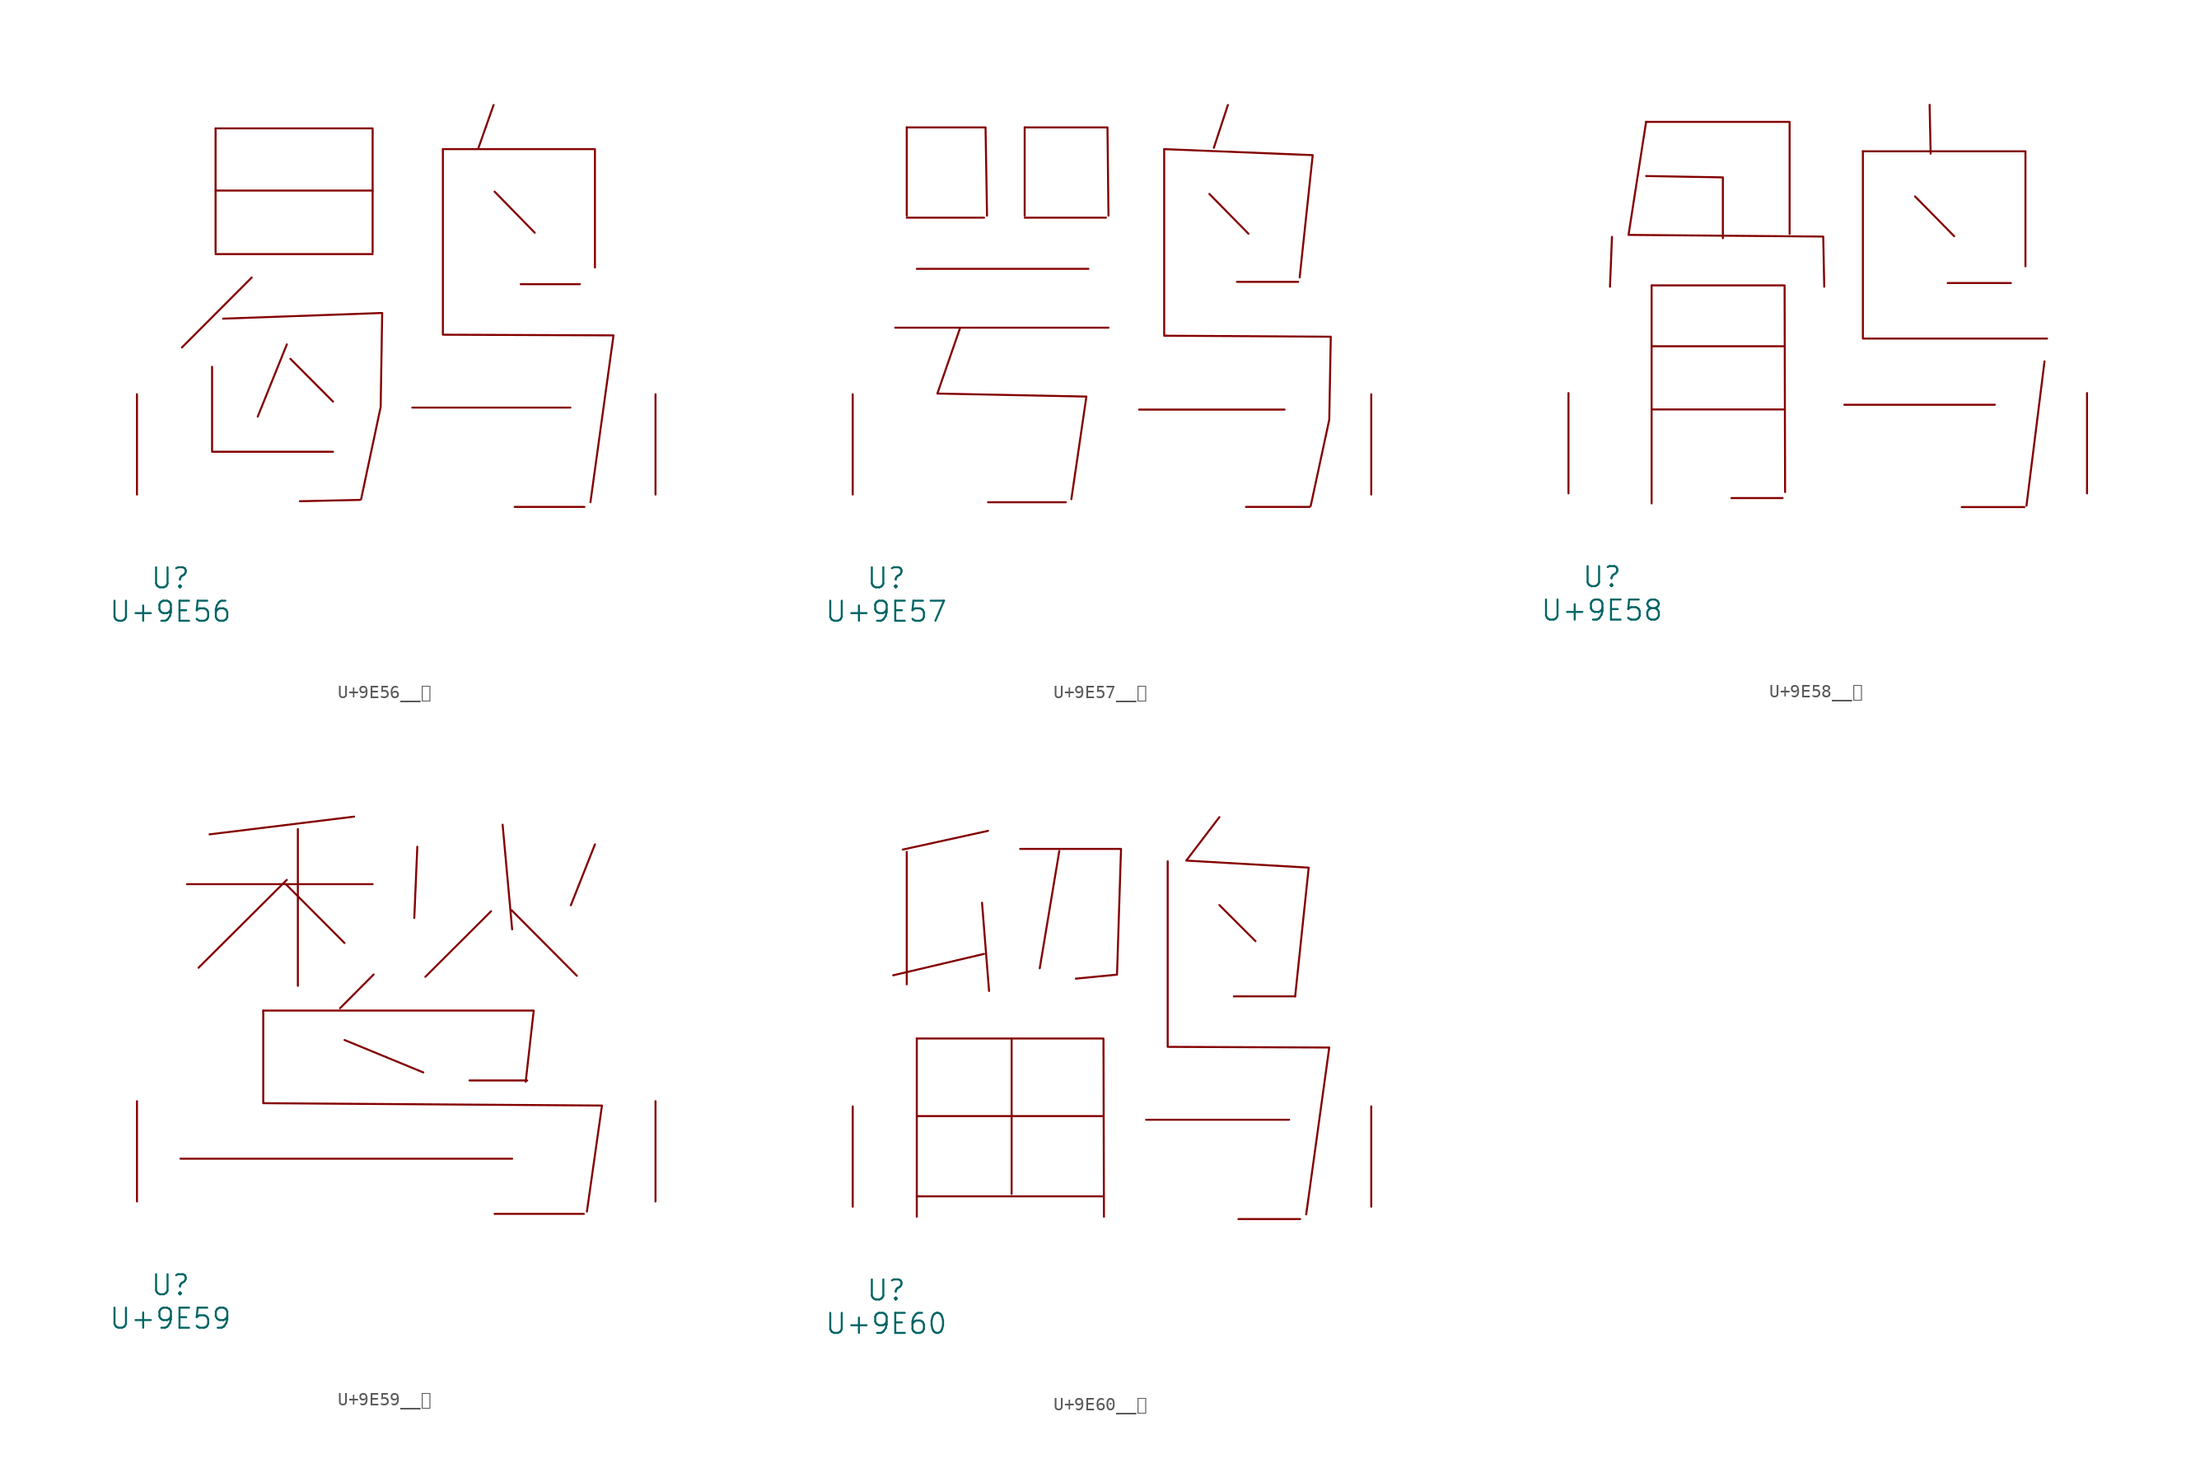
<source format=kicad_sym>
(kicad_symbol_lib
  (version 20231120)
  (generator "kicad_symbol_editor")
  (generator_version "8.0")
  (symbol "U+9E56__鹖"
    (pin_names
      (offset 1.016))
    (property "Reference" "U"
      (at 0 -6.35 0)
      (effects (font (size 1.524 1.524))))
    (property "Value" "U+9E56"
      (at 0 -8.89 0)
      (effects (font (size 1.524 1.524))))
    (symbol "U+9E56__鹖_0_1"
      (polyline (pts (xy 3.162 3.251) (xy 12.344 3.251)) (stroke (width 0) (type solid)) (fill (type none)))
      (polyline (pts (xy 3.162 9.703) (xy 3.162 3.353)) (stroke (width 0) (type solid)) (fill (type none)))
      (polyline (pts (xy 3.429 18.263) (xy 15.354 18.263)) (stroke (width 0) (type solid)) (fill (type none)))
      (polyline (pts (xy 3.429 23.089) (xy 15.354 23.089)) (stroke (width 0) (type solid)) (fill (type none)))
      (polyline (pts (xy 3.429 27.813) (xy 3.429 18.39)) (stroke (width 0) (type solid)) (fill (type none)))
      (polyline (pts (xy 6.172 16.485) (xy 0.876 11.176)) (stroke (width 0) (type solid)) (fill (type none)))
      (polyline (pts (xy 8.839 11.405) (xy 6.629 5.918)) (stroke (width 0) (type solid)) (fill (type none)))
      (polyline (pts (xy 9.106 10.312) (xy 12.344 7.061)) (stroke (width 0) (type solid)) (fill (type none)))
      (polyline (pts (xy 14.402 -0.406) (xy 9.83 -0.508)) (stroke (width 0) (type solid)) (fill (type none)))
      (polyline (pts (xy 18.364 6.604) (xy 30.366 6.604)) (stroke (width 0) (type solid)) (fill (type none)))
      (polyline (pts (xy 24.536 29.591) (xy 23.393 26.34)) (stroke (width 0) (type solid)) (fill (type none)))
      (polyline (pts (xy 24.613 23.012) (xy 27.661 19.888)) (stroke (width 0) (type solid)) (fill (type none)))
      (polyline (pts (xy 26.137 -0.94) (xy 31.433 -0.94)) (stroke (width 0) (type solid)) (fill (type none)))
      (polyline (pts (xy 26.594 15.977) (xy 31.09 15.977)) (stroke (width 0) (type solid)) (fill (type none)))
      (polyline (pts (xy 3.429 27.813) (xy 15.354 27.813) (xy 15.354 18.39)) (stroke (width 0) (type solid)) (fill (type none)))
      (polyline (pts (xy 20.688 26.238) (xy 32.233 26.238) (xy 32.233 17.247)) (stroke (width 0) (type solid)) (fill (type none)))
      (polyline (pts (xy 4 13.36) (xy 16.078 13.792) (xy 15.964 6.655) (xy 14.478 -0.356)) (stroke (width 0) (type solid)) (fill (type none)))
      (polyline (pts (xy 20.688 26.238) (xy 20.688 12.141) (xy 33.642 12.09) (xy 31.89 -0.584)) (stroke (width 0) (type solid)) (fill (type none)))
      (pin input line (at -2.54 0 90) (length 7.62) (name "~" (effects (font (size 1.27 1.27)))) (number "~" (effects (font (size 1.27 1.27)))))
      (pin input line (at 36.83 0 90) (length 7.62) (name "~" (effects (font (size 1.27 1.27)))) (number "~" (effects (font (size 1.27 1.27)))))))
  (symbol "U+9E57__鹗"
    (pin_names
      (offset 1.016))
    (property "Reference" "U"
      (at 0 -6.35 0)
      (effects (font (size 1.524 1.524))))
    (property "Value" "U+9E57"
      (at 0 -8.89 0)
      (effects (font (size 1.524 1.524))))
    (symbol "U+9E57__鹗_0_1"
      (polyline (pts (xy 0.686 12.675) (xy 16.878 12.675)) (stroke (width 0) (type solid)) (fill (type none)))
      (polyline (pts (xy 1.562 21.031) (xy 7.429 21.031)) (stroke (width 0) (type solid)) (fill (type none)))
      (polyline (pts (xy 1.562 27.889) (xy 1.562 21.184)) (stroke (width 0) (type solid)) (fill (type none)))
      (polyline (pts (xy 2.324 17.145) (xy 15.354 17.145)) (stroke (width 0) (type solid)) (fill (type none)))
      (polyline (pts (xy 7.734 -0.584) (xy 13.64 -0.584)) (stroke (width 0) (type solid)) (fill (type none)))
      (polyline (pts (xy 10.516 21.031) (xy 16.688 21.031)) (stroke (width 0) (type solid)) (fill (type none)))
      (polyline (pts (xy 10.516 27.889) (xy 10.516 21.184)) (stroke (width 0) (type solid)) (fill (type none)))
      (polyline (pts (xy 19.202 6.452) (xy 30.251 6.452)) (stroke (width 0) (type solid)) (fill (type none)))
      (polyline (pts (xy 24.536 22.835) (xy 27.508 19.812)) (stroke (width 0) (type solid)) (fill (type none)))
      (polyline (pts (xy 25.946 29.591) (xy 24.879 26.34)) (stroke (width 0) (type solid)) (fill (type none)))
      (polyline (pts (xy 26.632 16.154) (xy 31.28 16.154)) (stroke (width 0) (type solid)) (fill (type none)))
      (polyline (pts (xy 27.318 -0.94) (xy 32.156 -0.94)) (stroke (width 0) (type solid)) (fill (type none)))
      (polyline (pts (xy 1.562 27.889) (xy 7.544 27.889) (xy 7.658 21.184)) (stroke (width 0) (type solid)) (fill (type none)))
      (polyline (pts (xy 10.516 27.889) (xy 16.802 27.889) (xy 16.878 21.184)) (stroke (width 0) (type solid)) (fill (type none)))
      (polyline (pts (xy 21.107 26.238) (xy 32.385 25.781) (xy 31.394 16.485)) (stroke (width 0) (type solid)) (fill (type none)))
      (polyline (pts (xy 5.601 12.624) (xy 3.886 7.671) (xy 15.202 7.442) (xy 14.059 -0.356)) (stroke (width 0) (type solid)) (fill (type none)))
      (polyline (pts (xy 21.107 26.238) (xy 21.107 12.065) (xy 33.757 11.989) (xy 33.642 5.69) (xy 32.233 -0.864)) (stroke (width 0) (type solid)) (fill (type none)))
      (pin input line (at -2.54 0 90) (length 7.62) (name "~" (effects (font (size 1.27 1.27)))) (number "~" (effects (font (size 1.27 1.27)))))
      (pin input line (at 36.83 0 90) (length 7.62) (name "~" (effects (font (size 1.27 1.27)))) (number "~" (effects (font (size 1.27 1.27)))))))
  (symbol "U+9E58__鹘"
    (pin_names
      (offset 1.016))
    (property "Reference" "U"
      (at 0 -6.35 0)
      (effects (font (size 1.524 1.524))))
    (property "Value" "U+9E58"
      (at 0 -8.89 0)
      (effects (font (size 1.524 1.524))))
    (symbol "U+9E58__鹘_0_1"
      (polyline (pts (xy 0.762 19.482) (xy 0.61 15.697)) (stroke (width 0) (type solid)) (fill (type none)))
      (polyline (pts (xy 3.772 6.375) (xy 13.83 6.375)) (stroke (width 0) (type solid)) (fill (type none)))
      (polyline (pts (xy 3.772 11.176) (xy 13.83 11.176)) (stroke (width 0) (type solid)) (fill (type none)))
      (polyline (pts (xy 3.772 15.799) (xy 3.772 -0.762)) (stroke (width 0) (type solid)) (fill (type none)))
      (polyline (pts (xy 9.83 -0.356) (xy 13.716 -0.356)) (stroke (width 0) (type solid)) (fill (type none)))
      (polyline (pts (xy 18.402 6.731) (xy 29.832 6.731)) (stroke (width 0) (type solid)) (fill (type none)))
      (polyline (pts (xy 19.812 11.76) (xy 33.795 11.76)) (stroke (width 0) (type solid)) (fill (type none)))
      (polyline (pts (xy 19.812 25.984) (xy 19.812 11.836)) (stroke (width 0) (type solid)) (fill (type none)))
      (polyline (pts (xy 23.774 22.555) (xy 26.746 19.533)) (stroke (width 0) (type solid)) (fill (type none)))
      (polyline (pts (xy 24.879 29.515) (xy 24.956 25.806)) (stroke (width 0) (type solid)) (fill (type none)))
      (polyline (pts (xy 26.251 15.977) (xy 31.052 15.977)) (stroke (width 0) (type solid)) (fill (type none)))
      (polyline (pts (xy 27.318 -1.041) (xy 32.08 -1.041)) (stroke (width 0) (type solid)) (fill (type none)))
      (polyline (pts (xy 33.604 10.033) (xy 32.233 -0.94)) (stroke (width 0) (type solid)) (fill (type none)))
      (polyline (pts (xy 3.353 24.105) (xy 9.182 24.003) (xy 9.182 19.38)) (stroke (width 0) (type solid)) (fill (type none)))
      (polyline (pts (xy 3.353 28.219) (xy 14.249 28.219) (xy 14.249 19.71)) (stroke (width 0) (type solid)) (fill (type none)))
      (polyline (pts (xy 3.772 15.799) (xy 13.868 15.799) (xy 13.906 0.102)) (stroke (width 0) (type solid)) (fill (type none)))
      (polyline (pts (xy 19.812 25.984) (xy 32.156 25.984) (xy 32.156 17.247)) (stroke (width 0) (type solid)) (fill (type none)))
      (polyline (pts (xy 3.353 28.219) (xy 2.019 19.634) (xy 16.802 19.507) (xy 16.878 15.697)) (stroke (width 0) (type solid)) (fill (type none)))
      (pin input line (at -2.54 0 90) (length 7.62) (name "~" (effects (font (size 1.27 1.27)))) (number "~" (effects (font (size 1.27 1.27)))))
      (pin input line (at 36.83 0 90) (length 7.62) (name "~" (effects (font (size 1.27 1.27)))) (number "~" (effects (font (size 1.27 1.27)))))))
  (symbol "U+9E59__鹙"
    (pin_names
      (offset 1.016))
    (property "Reference" "U"
      (at 0 -6.35 0)
      (effects (font (size 1.524 1.524))))
    (property "Value" "U+9E59"
      (at 0 -8.89 0)
      (effects (font (size 1.524 1.524))))
    (symbol "U+9E59__鹙_0_1"
      (polyline (pts (xy 0.762 3.251) (xy 25.946 3.251)) (stroke (width 0) (type solid)) (fill (type none)))
      (polyline (pts (xy 1.257 24.105) (xy 15.354 24.105)) (stroke (width 0) (type solid)) (fill (type none)))
      (polyline (pts (xy 8.763 24.105) (xy 13.221 19.634)) (stroke (width 0) (type solid)) (fill (type none)))
      (polyline (pts (xy 8.839 24.435) (xy 2.134 17.755)) (stroke (width 0) (type solid)) (fill (type none)))
      (polyline (pts (xy 9.677 28.296) (xy 9.677 16.383)) (stroke (width 0) (type solid)) (fill (type none)))
      (polyline (pts (xy 13.221 12.268) (xy 19.202 9.804)) (stroke (width 0) (type solid)) (fill (type none)))
      (polyline (pts (xy 13.945 29.235) (xy 2.972 27.889)) (stroke (width 0) (type solid)) (fill (type none)))
      (polyline (pts (xy 15.431 17.247) (xy 12.878 14.681)) (stroke (width 0) (type solid)) (fill (type none)))
      (polyline (pts (xy 18.745 26.949) (xy 18.517 21.539)) (stroke (width 0) (type solid)) (fill (type none)))
      (polyline (pts (xy 22.708 9.195) (xy 27.089 9.195)) (stroke (width 0) (type solid)) (fill (type none)))
      (polyline (pts (xy 24.346 22.047) (xy 19.355 17.069)) (stroke (width 0) (type solid)) (fill (type none)))
      (polyline (pts (xy 24.613 -0.94) (xy 31.394 -0.94)) (stroke (width 0) (type solid)) (fill (type none)))
      (polyline (pts (xy 25.222 28.626) (xy 25.946 20.676)) (stroke (width 0) (type solid)) (fill (type none)))
      (polyline (pts (xy 25.908 22.123) (xy 30.861 17.145)) (stroke (width 0) (type solid)) (fill (type none)))
      (polyline (pts (xy 32.233 27.127) (xy 30.404 22.504)) (stroke (width 0) (type solid)) (fill (type none)))
      (polyline (pts (xy 7.048 14.503) (xy 27.584 14.503) (xy 26.975 9.093)) (stroke (width 0) (type solid)) (fill (type none)))
      (polyline (pts (xy 7.048 14.503) (xy 7.048 7.468) (xy 32.766 7.29) (xy 31.623 -0.762)) (stroke (width 0) (type solid)) (fill (type none)))
      (pin input line (at -2.54 0 90) (length 7.62) (name "~" (effects (font (size 1.27 1.27)))) (number "~" (effects (font (size 1.27 1.27)))))
      (pin input line (at 36.83 0 90) (length 7.62) (name "~" (effects (font (size 1.27 1.27)))) (number "~" (effects (font (size 1.27 1.27)))))))
  (symbol "U+9E60__鹠"
    (pin_names
      (offset 1.016))
    (property "Reference" "U"
      (at 0 -6.35 0)
      (effects (font (size 1.524 1.524))))
    (property "Value" "U+9E60"
      (at 0 -8.89 0)
      (effects (font (size 1.524 1.524))))
    (symbol "U+9E60__鹠_0_1"
      (polyline (pts (xy 1.562 26.949) (xy 1.562 16.891)) (stroke (width 0) (type solid)) (fill (type none)))
      (polyline (pts (xy 2.324 0.787) (xy 16.459 0.787)) (stroke (width 0) (type solid)) (fill (type none)))
      (polyline (pts (xy 2.324 6.883) (xy 16.459 6.883)) (stroke (width 0) (type solid)) (fill (type none)))
      (polyline (pts (xy 2.324 12.776) (xy 2.324 -0.762)) (stroke (width 0) (type solid)) (fill (type none)))
      (polyline (pts (xy 7.277 23.089) (xy 7.811 16.383)) (stroke (width 0) (type solid)) (fill (type none)))
      (polyline (pts (xy 7.429 19.202) (xy 0.533 17.577)) (stroke (width 0) (type solid)) (fill (type none)))
      (polyline (pts (xy 7.734 28.55) (xy 1.257 27.127)) (stroke (width 0) (type solid)) (fill (type none)))
      (polyline (pts (xy 9.525 12.776) (xy 9.525 0.965)) (stroke (width 0) (type solid)) (fill (type none)))
      (polyline (pts (xy 13.145 27.026) (xy 11.659 18.11)) (stroke (width 0) (type solid)) (fill (type none)))
      (polyline (pts (xy 19.736 6.604) (xy 30.594 6.604)) (stroke (width 0) (type solid)) (fill (type none)))
      (polyline (pts (xy 25.298 22.911) (xy 28.042 20.168)) (stroke (width 0) (type solid)) (fill (type none)))
      (polyline (pts (xy 26.403 15.977) (xy 31.052 15.977)) (stroke (width 0) (type solid)) (fill (type none)))
      (polyline (pts (xy 26.746 -0.94) (xy 31.433 -0.94)) (stroke (width 0) (type solid)) (fill (type none)))
      (polyline (pts (xy 2.324 12.776) (xy 16.497 12.776) (xy 16.535 -0.762)) (stroke (width 0) (type solid)) (fill (type none)))
      (polyline (pts (xy 10.173 27.178) (xy 17.831 27.178) (xy 17.526 17.628) (xy 14.402 17.323)) (stroke (width 0) (type solid)) (fill (type none)))
      (polyline (pts (xy 21.374 26.238) (xy 21.374 12.141) (xy 33.642 12.09) (xy 31.89 -0.584)) (stroke (width 0) (type solid)) (fill (type none)))
      (polyline (pts (xy 25.298 29.591) (xy 22.784 26.289) (xy 32.08 25.756) (xy 31.052 15.977)) (stroke (width 0) (type solid)) (fill (type none)))
      (pin input line (at -2.54 0 90) (length 7.62) (name "~" (effects (font (size 1.27 1.27)))) (number "~" (effects (font (size 1.27 1.27)))))
      (pin input line (at 36.83 0 90) (length 7.62) (name "~" (effects (font (size 1.27 1.27)))) (number "~" (effects (font (size 1.27 1.27))))))))
</source>
